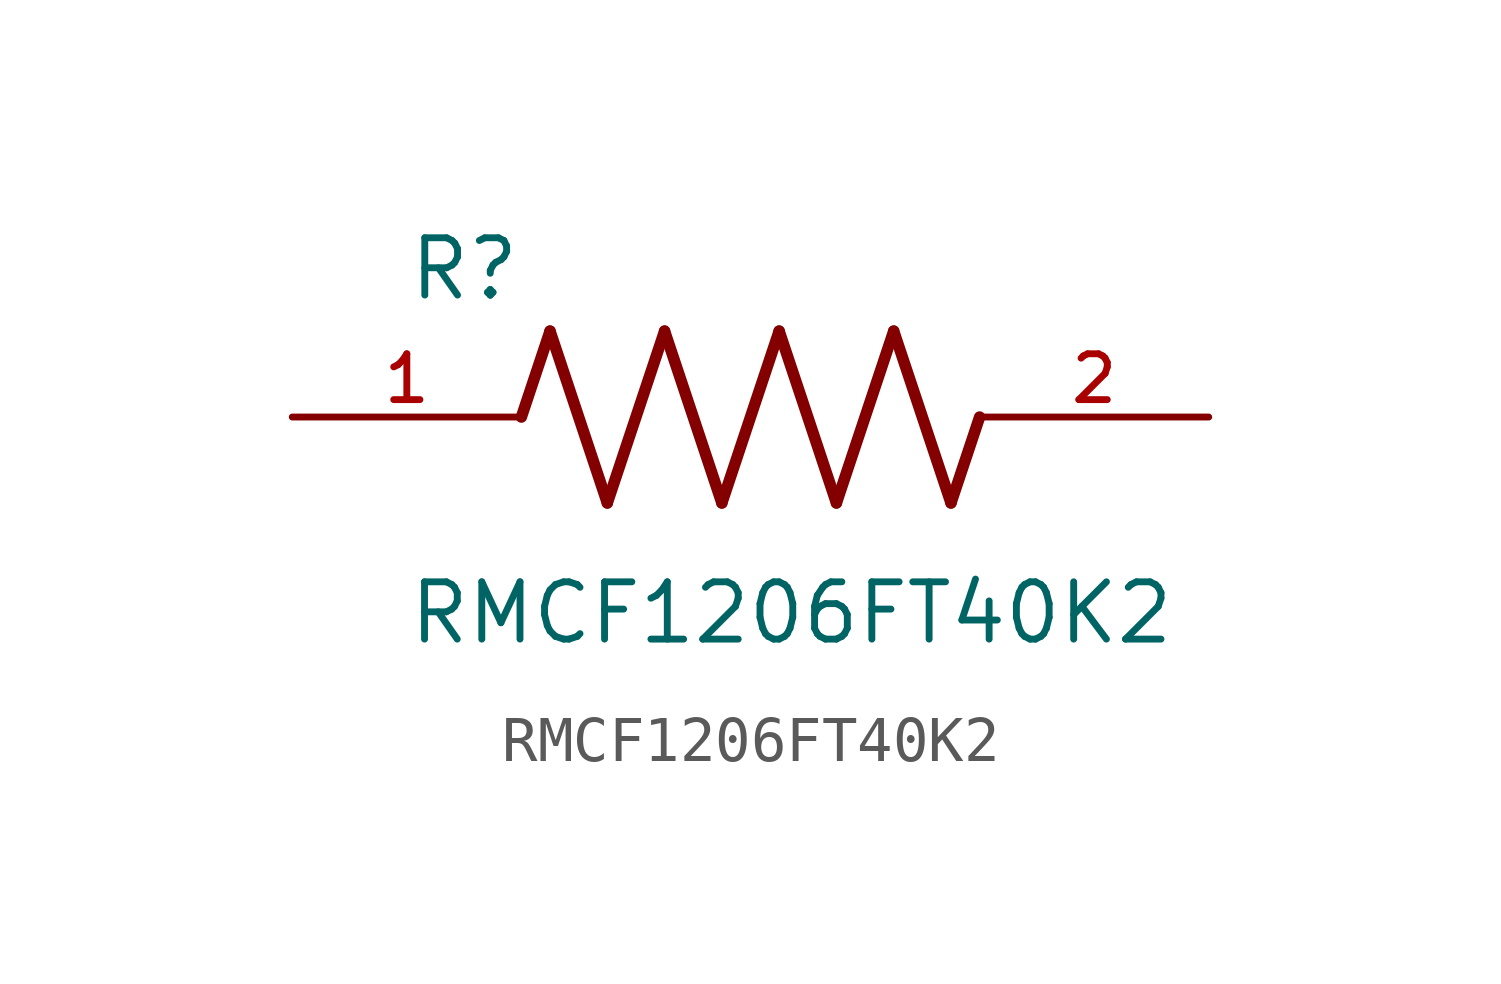
<source format=kicad_sym>
(kicad_symbol_lib
  (version 20211014)
  (generator kicad_symbol_editor)
  (symbol "RMCF1206FT40K2"
    (pin_names
      (offset 1.016))
    (property "Reference" "R"
      (at -7.624 2.541 0)
      (effects (font (size 1.27 1.27)) (justify bottom left)))
    (property "Value" "RMCF1206FT40K2"
      (at -7.63 -5.087 0)
      (effects (font (size 1.27 1.27)) (justify bottom left)))
    (symbol "RMCF1206FT40K2_0_0"
      (polyline (pts (xy -5.08 0.0) (xy -4.445 1.905)) (stroke (width 0.254)))
      (polyline (pts (xy -4.445 1.905) (xy -3.175 -1.905)) (stroke (width 0.254)))
      (polyline (pts (xy -3.175 -1.905) (xy -1.905 1.905)) (stroke (width 0.254)))
      (polyline (pts (xy -1.905 1.905) (xy -0.635 -1.905)) (stroke (width 0.254)))
      (polyline (pts (xy -0.635 -1.905) (xy 0.635 1.905)) (stroke (width 0.254)))
      (polyline (pts (xy 0.635 1.905) (xy 1.905 -1.905)) (stroke (width 0.254)))
      (polyline (pts (xy 1.905 -1.905) (xy 3.175 1.905)) (stroke (width 0.254)))
      (polyline (pts (xy 3.175 1.905) (xy 4.445 -1.905)) (stroke (width 0.254)))
      (polyline (pts (xy 4.445 -1.905) (xy 5.08 0.0)) (stroke (width 0.254)))
      (pin passive line (at -10.16 0.0 0) (length 5.08) (name "~" (effects (font (size 1.016 1.016)))) (number "1" (effects (font (size 1.016 1.016)))))
      (pin passive line (at 10.16 0.0 180.0) (length 5.08) (name "~" (effects (font (size 1.016 1.016)))) (number "2" (effects (font (size 1.016 1.016))))))))
</source>
